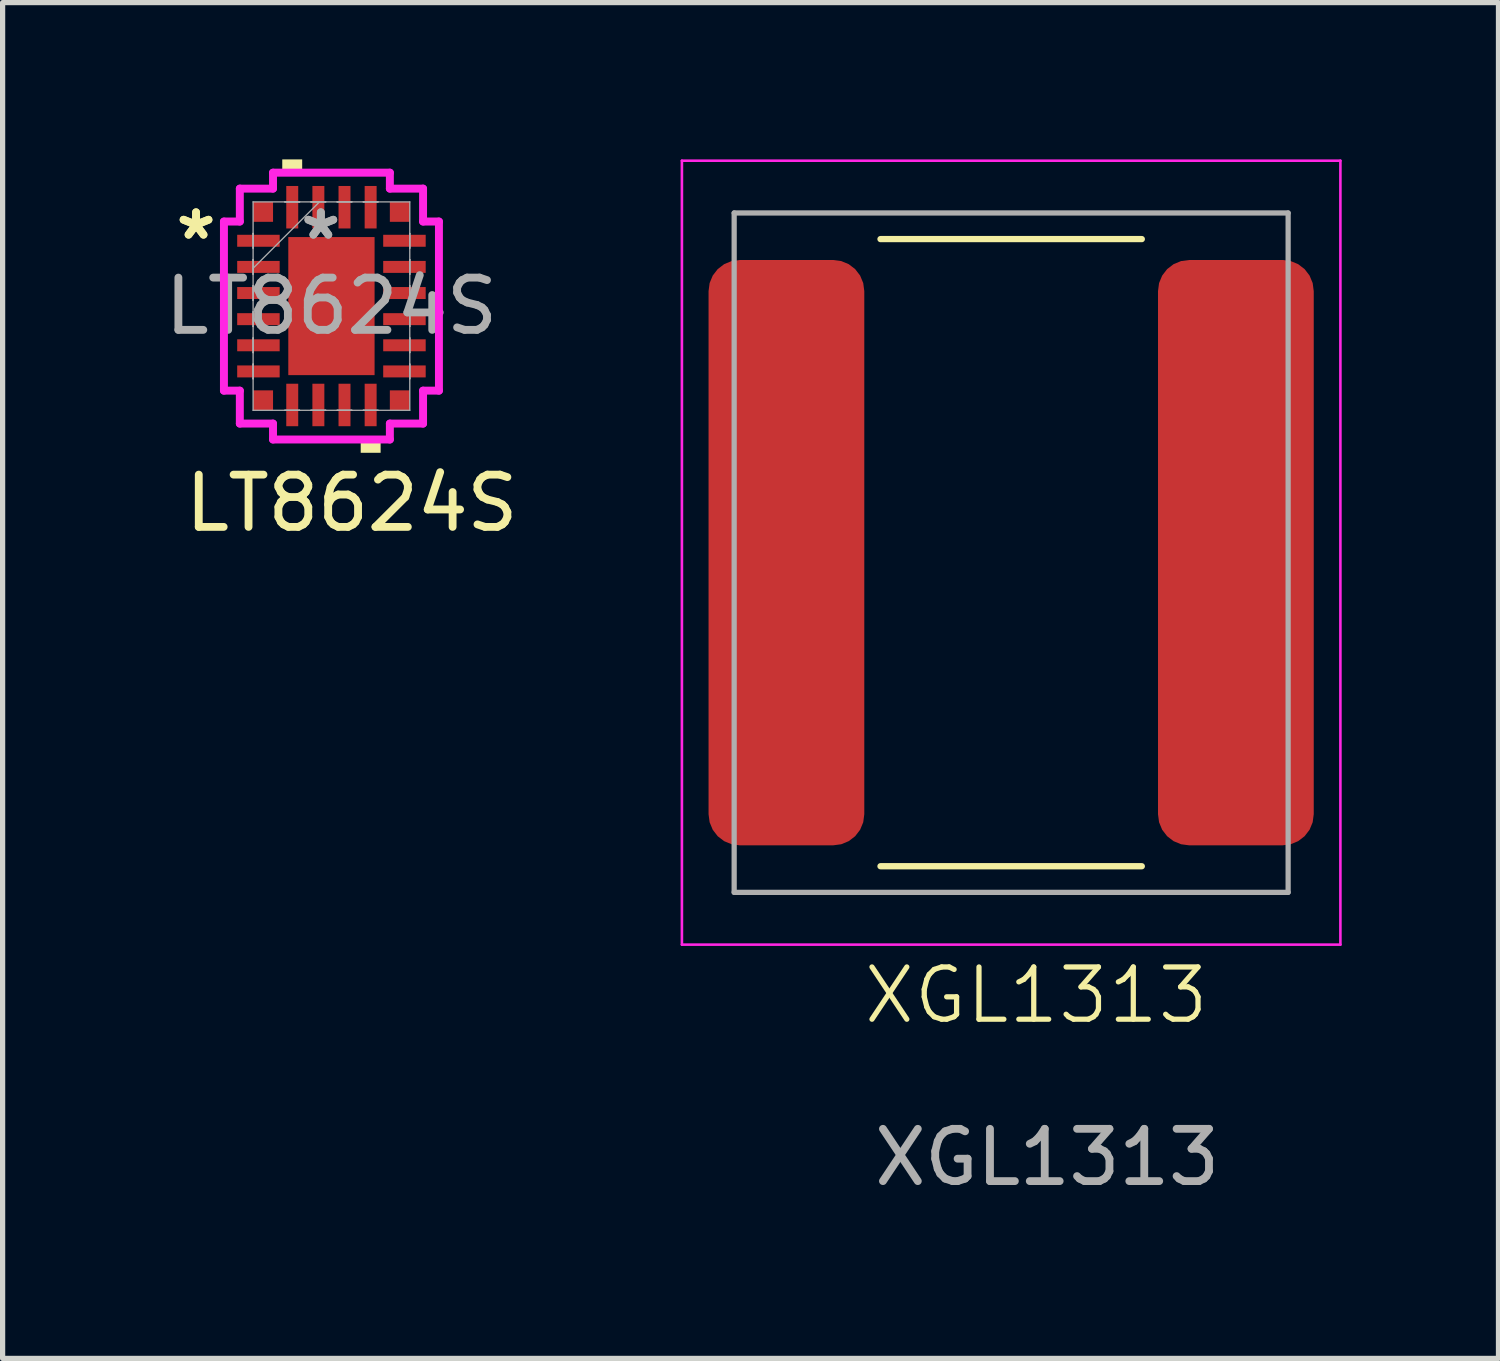
<source format=kicad_pcb>
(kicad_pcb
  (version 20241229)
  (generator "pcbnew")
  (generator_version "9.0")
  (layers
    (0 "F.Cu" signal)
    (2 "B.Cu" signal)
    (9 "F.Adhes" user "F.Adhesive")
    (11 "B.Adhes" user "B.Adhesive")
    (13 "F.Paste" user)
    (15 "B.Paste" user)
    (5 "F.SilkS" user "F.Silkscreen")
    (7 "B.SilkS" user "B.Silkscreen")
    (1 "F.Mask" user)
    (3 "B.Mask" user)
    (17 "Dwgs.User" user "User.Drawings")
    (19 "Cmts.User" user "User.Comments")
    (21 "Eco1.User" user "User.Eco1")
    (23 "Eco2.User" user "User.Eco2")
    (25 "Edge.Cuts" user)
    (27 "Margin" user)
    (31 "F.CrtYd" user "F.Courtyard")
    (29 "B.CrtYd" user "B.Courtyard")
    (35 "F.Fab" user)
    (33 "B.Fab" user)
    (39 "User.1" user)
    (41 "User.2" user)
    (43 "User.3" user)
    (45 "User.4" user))
  (footprint "LT8624S"
    (layer "F.Cu")
    (at 3.292 2.807)
    (property "Reference" "LT8624S" (at 0.39 3.77 0) (unlocked yes) (layer "F.SilkS") (effects (font (size 1 1) (thickness 0.15))))
    (attr smd)
    (fp_poly (pts (xy -0.941 -2.553) (xy -0.941 -2.807) (xy -0.56 -2.807) (xy -0.56 -2.553)) (stroke (width 0) (type solid)) (fill yes) (layer "F.SilkS"))
    (fp_poly (pts (xy 0.56 2.553) (xy 0.56 2.807) (xy 0.941 2.807) (xy 0.941 2.553)) (stroke (width 0) (type solid)) (fill yes) (layer "F.SilkS"))
    (fp_line (start -2.057 -1.618) (end -1.753 -1.618) (stroke (width 0.152) (type solid)) (layer "F.CrtYd"))
    (fp_line (start -2.057 1.618) (end -2.057 -1.618) (stroke (width 0.152) (type solid)) (layer "F.CrtYd"))
    (fp_line (start -1.753 -2.248) (end -1.118 -2.248) (stroke (width 0.152) (type solid)) (layer "F.CrtYd"))
    (fp_line (start -1.753 -1.618) (end -1.753 -2.248) (stroke (width 0.152) (type solid)) (layer "F.CrtYd"))
    (fp_line (start -1.753 1.618) (end -2.057 1.618) (stroke (width 0.152) (type solid)) (layer "F.CrtYd"))
    (fp_line (start -1.753 2.248) (end -1.753 1.618) (stroke (width 0.152) (type solid)) (layer "F.CrtYd"))
    (fp_line (start -1.118 -2.553) (end 1.118 -2.553) (stroke (width 0.152) (type solid)) (layer "F.CrtYd"))
    (fp_line (start -1.118 -2.248) (end -1.118 -2.553) (stroke (width 0.152) (type solid)) (layer "F.CrtYd"))
    (fp_line (start -1.118 2.248) (end -1.753 2.248) (stroke (width 0.152) (type solid)) (layer "F.CrtYd"))
    (fp_line (start -1.118 2.553) (end -1.118 2.248) (stroke (width 0.152) (type solid)) (layer "F.CrtYd"))
    (fp_line (start 1.118 -2.553) (end 1.118 -2.248) (stroke (width 0.152) (type solid)) (layer "F.CrtYd"))
    (fp_line (start 1.118 -2.248) (end 1.753 -2.248) (stroke (width 0.152) (type solid)) (layer "F.CrtYd"))
    (fp_line (start 1.118 2.248) (end 1.118 2.553) (stroke (width 0.152) (type solid)) (layer "F.CrtYd"))
    (fp_line (start 1.118 2.553) (end -1.118 2.553) (stroke (width 0.152) (type solid)) (layer "F.CrtYd"))
    (fp_line (start 1.753 -2.248) (end 1.753 -1.618) (stroke (width 0.152) (type solid)) (layer "F.CrtYd"))
    (fp_line (start 1.753 -1.618) (end 2.057 -1.618) (stroke (width 0.152) (type solid)) (layer "F.CrtYd"))
    (fp_line (start 1.753 1.618) (end 1.753 2.248) (stroke (width 0.152) (type solid)) (layer "F.CrtYd"))
    (fp_line (start 1.753 2.248) (end 1.118 2.248) (stroke (width 0.152) (type solid)) (layer "F.CrtYd"))
    (fp_line (start 2.057 -1.618) (end 2.057 1.618) (stroke (width 0.152) (type solid)) (layer "F.CrtYd"))
    (fp_line (start 2.057 1.618) (end 1.753 1.618) (stroke (width 0.152) (type solid)) (layer "F.CrtYd"))
    (fp_line (start -1.499 -1.994) (end -1.499 1.994) (stroke (width 0.025) (type solid)) (layer "F.Fab"))
    (fp_line (start -1.499 -1.39) (end -1.499 -1.39) (stroke (width 0.025) (type solid)) (layer "F.Fab"))
    (fp_line (start -1.499 -1.39) (end -1.499 -1.11) (stroke (width 0.025) (type solid)) (layer "F.Fab"))
    (fp_line (start -1.499 -1.11) (end -1.499 -1.39) (stroke (width 0.025) (type solid)) (layer "F.Fab"))
    (fp_line (start -1.499 -1.11) (end -1.499 -1.11) (stroke (width 0.025) (type solid)) (layer "F.Fab"))
    (fp_line (start -1.499 -0.89) (end -1.499 -0.89) (stroke (width 0.025) (type solid)) (layer "F.Fab"))
    (fp_line (start -1.499 -0.89) (end -1.499 -0.61) (stroke (width 0.025) (type solid)) (layer "F.Fab"))
    (fp_line (start -1.499 -0.724) (end -0.229 -1.994) (stroke (width 0.025) (type solid)) (layer "F.Fab"))
    (fp_line (start -1.499 -0.61) (end -1.499 -0.89) (stroke (width 0.025) (type solid)) (layer "F.Fab"))
    (fp_line (start -1.499 -0.61) (end -1.499 -0.61) (stroke (width 0.025) (type solid)) (layer "F.Fab"))
    (fp_line (start -1.499 -0.39) (end -1.499 -0.39) (stroke (width 0.025) (type solid)) (layer "F.Fab"))
    (fp_line (start -1.499 -0.39) (end -1.499 -0.11) (stroke (width 0.025) (type solid)) (layer "F.Fab"))
    (fp_line (start -1.499 -0.11) (end -1.499 -0.39) (stroke (width 0.025) (type solid)) (layer "F.Fab"))
    (fp_line (start -1.499 -0.11) (end -1.499 -0.11) (stroke (width 0.025) (type solid)) (layer "F.Fab"))
    (fp_line (start -1.499 0.11) (end -1.499 0.11) (stroke (width 0.025) (type solid)) (layer "F.Fab"))
    (fp_line (start -1.499 0.11) (end -1.499 0.39) (stroke (width 0.025) (type solid)) (layer "F.Fab"))
    (fp_line (start -1.499 0.39) (end -1.499 0.11) (stroke (width 0.025) (type solid)) (layer "F.Fab"))
    (fp_line (start -1.499 0.39) (end -1.499 0.39) (stroke (width 0.025) (type solid)) (layer "F.Fab"))
    (fp_line (start -1.499 0.61) (end -1.499 0.61) (stroke (width 0.025) (type solid)) (layer "F.Fab"))
    (fp_line (start -1.499 0.61) (end -1.499 0.89) (stroke (width 0.025) (type solid)) (layer "F.Fab"))
    (fp_line (start -1.499 0.89) (end -1.499 0.61) (stroke (width 0.025) (type solid)) (layer "F.Fab"))
    (fp_line (start -1.499 0.89) (end -1.499 0.89) (stroke (width 0.025) (type solid)) (layer "F.Fab"))
    (fp_line (start -1.499 1.11) (end -1.499 1.11) (stroke (width 0.025) (type solid)) (layer "F.Fab"))
    (fp_line (start -1.499 1.11) (end -1.499 1.39) (stroke (width 0.025) (type solid)) (layer "F.Fab"))
    (fp_line (start -1.499 1.39) (end -1.499 1.11) (stroke (width 0.025) (type solid)) (layer "F.Fab"))
    (fp_line (start -1.499 1.39) (end -1.499 1.39) (stroke (width 0.025) (type solid)) (layer "F.Fab"))
    (fp_line (start -1.499 1.994) (end 1.499 1.994) (stroke (width 0.025) (type solid)) (layer "F.Fab"))
    (fp_line (start -0.89 -1.994) (end -0.89 -1.994) (stroke (width 0.025) (type solid)) (layer "F.Fab"))
    (fp_line (start -0.89 -1.994) (end -0.61 -1.994) (stroke (width 0.025) (type solid)) (layer "F.Fab"))
    (fp_line (start -0.89 1.994) (end -0.89 1.994) (stroke (width 0.025) (type solid)) (layer "F.Fab"))
    (fp_line (start -0.89 1.994) (end -0.61 1.994) (stroke (width 0.025) (type solid)) (layer "F.Fab"))
    (fp_line (start -0.61 -1.994) (end -0.89 -1.994) (stroke (width 0.025) (type solid)) (layer "F.Fab"))
    (fp_line (start -0.61 -1.994) (end -0.61 -1.994) (stroke (width 0.025) (type solid)) (layer "F.Fab"))
    (fp_line (start -0.61 1.994) (end -0.89 1.994) (stroke (width 0.025) (type solid)) (layer "F.Fab"))
    (fp_line (start -0.61 1.994) (end -0.61 1.994) (stroke (width 0.025) (type solid)) (layer "F.Fab"))
    (fp_line (start -0.39 -1.994) (end -0.39 -1.994) (stroke (width 0.025) (type solid)) (layer "F.Fab"))
    (fp_line (start -0.39 -1.994) (end -0.11 -1.994) (stroke (width 0.025) (type solid)) (layer "F.Fab"))
    (fp_line (start -0.39 1.994) (end -0.39 1.994) (stroke (width 0.025) (type solid)) (layer "F.Fab"))
    (fp_line (start -0.39 1.994) (end -0.11 1.994) (stroke (width 0.025) (type solid)) (layer "F.Fab"))
    (fp_line (start -0.11 -1.994) (end -0.39 -1.994) (stroke (width 0.025) (type solid)) (layer "F.Fab"))
    (fp_line (start -0.11 -1.994) (end -0.11 -1.994) (stroke (width 0.025) (type solid)) (layer "F.Fab"))
    (fp_line (start -0.11 1.994) (end -0.39 1.994) (stroke (width 0.025) (type solid)) (layer "F.Fab"))
    (fp_line (start -0.11 1.994) (end -0.11 1.994) (stroke (width 0.025) (type solid)) (layer "F.Fab"))
    (fp_line (start 0.11 -1.994) (end 0.11 -1.994) (stroke (width 0.025) (type solid)) (layer "F.Fab"))
    (fp_line (start 0.11 -1.994) (end 0.39 -1.994) (stroke (width 0.025) (type solid)) (layer "F.Fab"))
    (fp_line (start 0.11 1.994) (end 0.11 1.994) (stroke (width 0.025) (type solid)) (layer "F.Fab"))
    (fp_line (start 0.11 1.994) (end 0.39 1.994) (stroke (width 0.025) (type solid)) (layer "F.Fab"))
    (fp_line (start 0.39 -1.994) (end 0.11 -1.994) (stroke (width 0.025) (type solid)) (layer "F.Fab"))
    (fp_line (start 0.39 -1.994) (end 0.39 -1.994) (stroke (width 0.025) (type solid)) (layer "F.Fab"))
    (fp_line (start 0.39 1.994) (end 0.11 1.994) (stroke (width 0.025) (type solid)) (layer "F.Fab"))
    (fp_line (start 0.39 1.994) (end 0.39 1.994) (stroke (width 0.025) (type solid)) (layer "F.Fab"))
    (fp_line (start 0.61 -1.994) (end 0.61 -1.994) (stroke (width 0.025) (type solid)) (layer "F.Fab"))
    (fp_line (start 0.61 -1.994) (end 0.89 -1.994) (stroke (width 0.025) (type solid)) (layer "F.Fab"))
    (fp_line (start 0.61 1.994) (end 0.61 1.994) (stroke (width 0.025) (type solid)) (layer "F.Fab"))
    (fp_line (start 0.61 1.994) (end 0.89 1.994) (stroke (width 0.025) (type solid)) (layer "F.Fab"))
    (fp_line (start 0.89 -1.994) (end 0.61 -1.994) (stroke (width 0.025) (type solid)) (layer "F.Fab"))
    (fp_line (start 0.89 -1.994) (end 0.89 -1.994) (stroke (width 0.025) (type solid)) (layer "F.Fab"))
    (fp_line (start 0.89 1.994) (end 0.61 1.994) (stroke (width 0.025) (type solid)) (layer "F.Fab"))
    (fp_line (start 0.89 1.994) (end 0.89 1.994) (stroke (width 0.025) (type solid)) (layer "F.Fab"))
    (fp_line (start 1.499 -1.994) (end -1.499 -1.994) (stroke (width 0.025) (type solid)) (layer "F.Fab"))
    (fp_line (start 1.499 -1.39) (end 1.499 -1.39) (stroke (width 0.025) (type solid)) (layer "F.Fab"))
    (fp_line (start 1.499 -1.39) (end 1.499 -1.11) (stroke (width 0.025) (type solid)) (layer "F.Fab"))
    (fp_line (start 1.499 -1.11) (end 1.499 -1.39) (stroke (width 0.025) (type solid)) (layer "F.Fab"))
    (fp_line (start 1.499 -1.11) (end 1.499 -1.11) (stroke (width 0.025) (type solid)) (layer "F.Fab"))
    (fp_line (start 1.499 -0.89) (end 1.499 -0.89) (stroke (width 0.025) (type solid)) (layer "F.Fab"))
    (fp_line (start 1.499 -0.89) (end 1.499 -0.61) (stroke (width 0.025) (type solid)) (layer "F.Fab"))
    (fp_line (start 1.499 -0.61) (end 1.499 -0.89) (stroke (width 0.025) (type solid)) (layer "F.Fab"))
    (fp_line (start 1.499 -0.61) (end 1.499 -0.61) (stroke (width 0.025) (type solid)) (layer "F.Fab"))
    (fp_line (start 1.499 -0.39) (end 1.499 -0.39) (stroke (width 0.025) (type solid)) (layer "F.Fab"))
    (fp_line (start 1.499 -0.39) (end 1.499 -0.11) (stroke (width 0.025) (type solid)) (layer "F.Fab"))
    (fp_line (start 1.499 -0.11) (end 1.499 -0.39) (stroke (width 0.025) (type solid)) (layer "F.Fab"))
    (fp_line (start 1.499 -0.11) (end 1.499 -0.11) (stroke (width 0.025) (type solid)) (layer "F.Fab"))
    (fp_line (start 1.499 0.11) (end 1.499 0.11) (stroke (width 0.025) (type solid)) (layer "F.Fab"))
    (fp_line (start 1.499 0.11) (end 1.499 0.39) (stroke (width 0.025) (type solid)) (layer "F.Fab"))
    (fp_line (start 1.499 0.39) (end 1.499 0.11) (stroke (width 0.025) (type solid)) (layer "F.Fab"))
    (fp_line (start 1.499 0.39) (end 1.499 0.39) (stroke (width 0.025) (type solid)) (layer "F.Fab"))
    (fp_line (start 1.499 0.61) (end 1.499 0.61) (stroke (width 0.025) (type solid)) (layer "F.Fab"))
    (fp_line (start 1.499 0.61) (end 1.499 0.89) (stroke (width 0.025) (type solid)) (layer "F.Fab"))
    (fp_line (start 1.499 0.89) (end 1.499 0.61) (stroke (width 0.025) (type solid)) (layer "F.Fab"))
    (fp_line (start 1.499 0.89) (end 1.499 0.89) (stroke (width 0.025) (type solid)) (layer "F.Fab"))
    (fp_line (start 1.499 1.11) (end 1.499 1.11) (stroke (width 0.025) (type solid)) (layer "F.Fab"))
    (fp_line (start 1.499 1.11) (end 1.499 1.39) (stroke (width 0.025) (type solid)) (layer "F.Fab"))
    (fp_line (start 1.499 1.39) (end 1.499 1.11) (stroke (width 0.025) (type solid)) (layer "F.Fab"))
    (fp_line (start 1.499 1.39) (end 1.499 1.39) (stroke (width 0.025) (type solid)) (layer "F.Fab"))
    (fp_line (start 1.499 1.994) (end 1.499 -1.994) (stroke (width 0.025) (type solid)) (layer "F.Fab"))
    (fp_text user "*" (at -2.591 -1.25 0) (layer "F.SilkS") (effects (font (size 1 1) (thickness 0.15))))
    (fp_text user "*" (at -2.591 -1.25 0) (unlocked yes) (layer "F.SilkS") (effects (font (size 1 1) (thickness 0.15))))
    (fp_text user "*" (at -0.203 -1.25 0) (layer "F.Fab") (effects (font (size 1 1) (thickness 0.15))))
    (fp_text user "${REFERENCE}" (at 0 0 0) (unlocked yes) (layer "F.Fab") (effects (font (size 1 1) (thickness 0.15))))
    (fp_text user "*" (at -0.203 -1.25 0) (unlocked yes) (layer "F.Fab") (effects (font (size 1 1) (thickness 0.15))))
    (pad "1" smd rect (at -1.397 -1.25 90) (size 0.229 0.813) (layers "F.Cu" "F.Mask" "F.Paste"))
    (pad "2" smd rect (at -1.397 -0.75 90) (size 0.229 0.813) (layers "F.Cu" "F.Mask" "F.Paste"))
    (pad "3" smd rect (at -1.397 -0.25 90) (size 0.229 0.813) (layers "F.Cu" "F.Mask" "F.Paste"))
    (pad "4" smd rect (at -1.397 0.25 90) (size 0.229 0.813) (layers "F.Cu" "F.Mask" "F.Paste"))
    (pad "5" smd rect (at -1.397 0.75 90) (size 0.229 0.813) (layers "F.Cu" "F.Mask" "F.Paste"))
    (pad "6" smd rect (at -1.397 1.25 90) (size 0.229 0.813) (layers "F.Cu" "F.Mask" "F.Paste"))
    (pad "7" smd rect (at -0.75 1.892) (size 0.229 0.813) (layers "F.Cu" "F.Mask" "F.Paste"))
    (pad "8" smd rect (at -0.25 1.892) (size 0.229 0.813) (layers "F.Cu" "F.Mask" "F.Paste"))
    (pad "9" smd rect (at 0.25 1.892) (size 0.229 0.813) (layers "F.Cu" "F.Mask" "F.Paste"))
    (pad "10" smd rect (at 0.75 1.892) (size 0.229 0.813) (layers "F.Cu" "F.Mask" "F.Paste"))
    (pad "11" smd rect (at 1.397 1.25 90) (size 0.229 0.813) (layers "F.Cu" "F.Mask" "F.Paste"))
    (pad "12" smd rect (at 1.397 0.75 90) (size 0.229 0.813) (layers "F.Cu" "F.Mask" "F.Paste"))
    (pad "13" smd rect (at 1.397 0.25 90) (size 0.229 0.813) (layers "F.Cu" "F.Mask" "F.Paste"))
    (pad "14" smd rect (at 1.397 -0.25 90) (size 0.229 0.813) (layers "F.Cu" "F.Mask" "F.Paste"))
    (pad "15" smd rect (at 1.397 -0.75 90) (size 0.229 0.813) (layers "F.Cu" "F.Mask" "F.Paste"))
    (pad "16" smd rect (at 1.397 -1.25 90) (size 0.229 0.813) (layers "F.Cu" "F.Mask" "F.Paste"))
    (pad "17" smd rect (at 0.75 -1.892) (size 0.229 0.813) (layers "F.Cu" "F.Mask" "F.Paste"))
    (pad "18" smd rect (at 0.25 -1.892) (size 0.229 0.813) (layers "F.Cu" "F.Mask" "F.Paste"))
    (pad "19" smd rect (at -0.25 -1.892) (size 0.229 0.813) (layers "F.Cu" "F.Mask" "F.Paste"))
    (pad "20" smd rect (at -0.75 -1.892) (size 0.229 0.813) (layers "F.Cu" "F.Mask" "F.Paste"))
    (pad "21" smd rect (at 0 0) (size 1.651 2.642) (layers "F.Cu" "F.Mask" "F.Paste"))
    (pad "22" smd rect (at -1.308 -1.803) (size 0.381 0.381) (layers "F.Cu" "F.Mask" "F.Paste"))
    (pad "23" smd rect (at -1.308 1.803) (size 0.381 0.381) (layers "F.Cu" "F.Mask" "F.Paste"))
    (pad "24" smd rect (at 1.308 -1.803) (size 0.381 0.381) (layers "F.Cu" "F.Mask" "F.Paste"))
    (pad "25" smd rect (at 1.308 1.803) (size 0.381 0.381) (layers "F.Cu" "F.Mask" "F.Paste")))
  (footprint "XGL1313"
    (layer "F.Cu")
    (at 16.298 7.525)
    (property "Reference" "XGL1313" (at 0.48 8.47 0) (unlocked yes) (layer "F.SilkS") (effects (font (size 1 1) (thickness 0.1))))
    (attr smd)
    (fp_line (start -2.5 -6) (end 2.5 -6) (stroke (width 0.12) (type solid)) (layer "F.SilkS"))
    (fp_line (start -2.5 6) (end 2.5 6) (stroke (width 0.12) (type solid)) (layer "F.SilkS"))
    (fp_line (start -6.3 -7.5) (end 6.3 -7.5) (stroke (width 0.05) (type solid)) (layer "F.CrtYd"))
    (fp_line (start -6.3 7.5) (end -6.3 -7.5) (stroke (width 0.05) (type solid)) (layer "F.CrtYd"))
    (fp_line (start 6.3 -7.5) (end 6.3 7.5) (stroke (width 0.05) (type solid)) (layer "F.CrtYd"))
    (fp_line (start 6.3 7.5) (end -6.3 7.5) (stroke (width 0.05) (type solid)) (layer "F.CrtYd"))
    (fp_line (start -5.3 -6.5) (end 5.3 -6.5) (stroke (width 0.1) (type solid)) (layer "F.Fab"))
    (fp_line (start -5.3 6.5) (end -5.3 -6.5) (stroke (width 0.1) (type solid)) (layer "F.Fab"))
    (fp_line (start 5.3 -6.5) (end 5.3 6.5) (stroke (width 0.1) (type solid)) (layer "F.Fab"))
    (fp_line (start 5.3 6.5) (end -5.3 6.5) (stroke (width 0.1) (type solid)) (layer "F.Fab"))
    (fp_text user "${REFERENCE}" (at 0.69 11.57 0) (unlocked yes) (layer "F.Fab") (effects (font (size 1 1) (thickness 0.15))))
    (pad "1" smd roundrect (at -4.3 0) (size 2.98 11.2) (layers "F.Cu" "F.Mask" "F.Paste") (roundrect_rratio 0.2))
    (pad "2" smd roundrect (at 4.3 0) (size 2.98 11.2) (layers "F.Cu" "F.Mask" "F.Paste") (roundrect_rratio 0.2)))
  (gr_rect
    (start -3 -3)
    (end 25.623 22.943)
    (stroke (width 0.1) (type default))
    (fill no)
    (layer "Edge.Cuts")))
</source>
